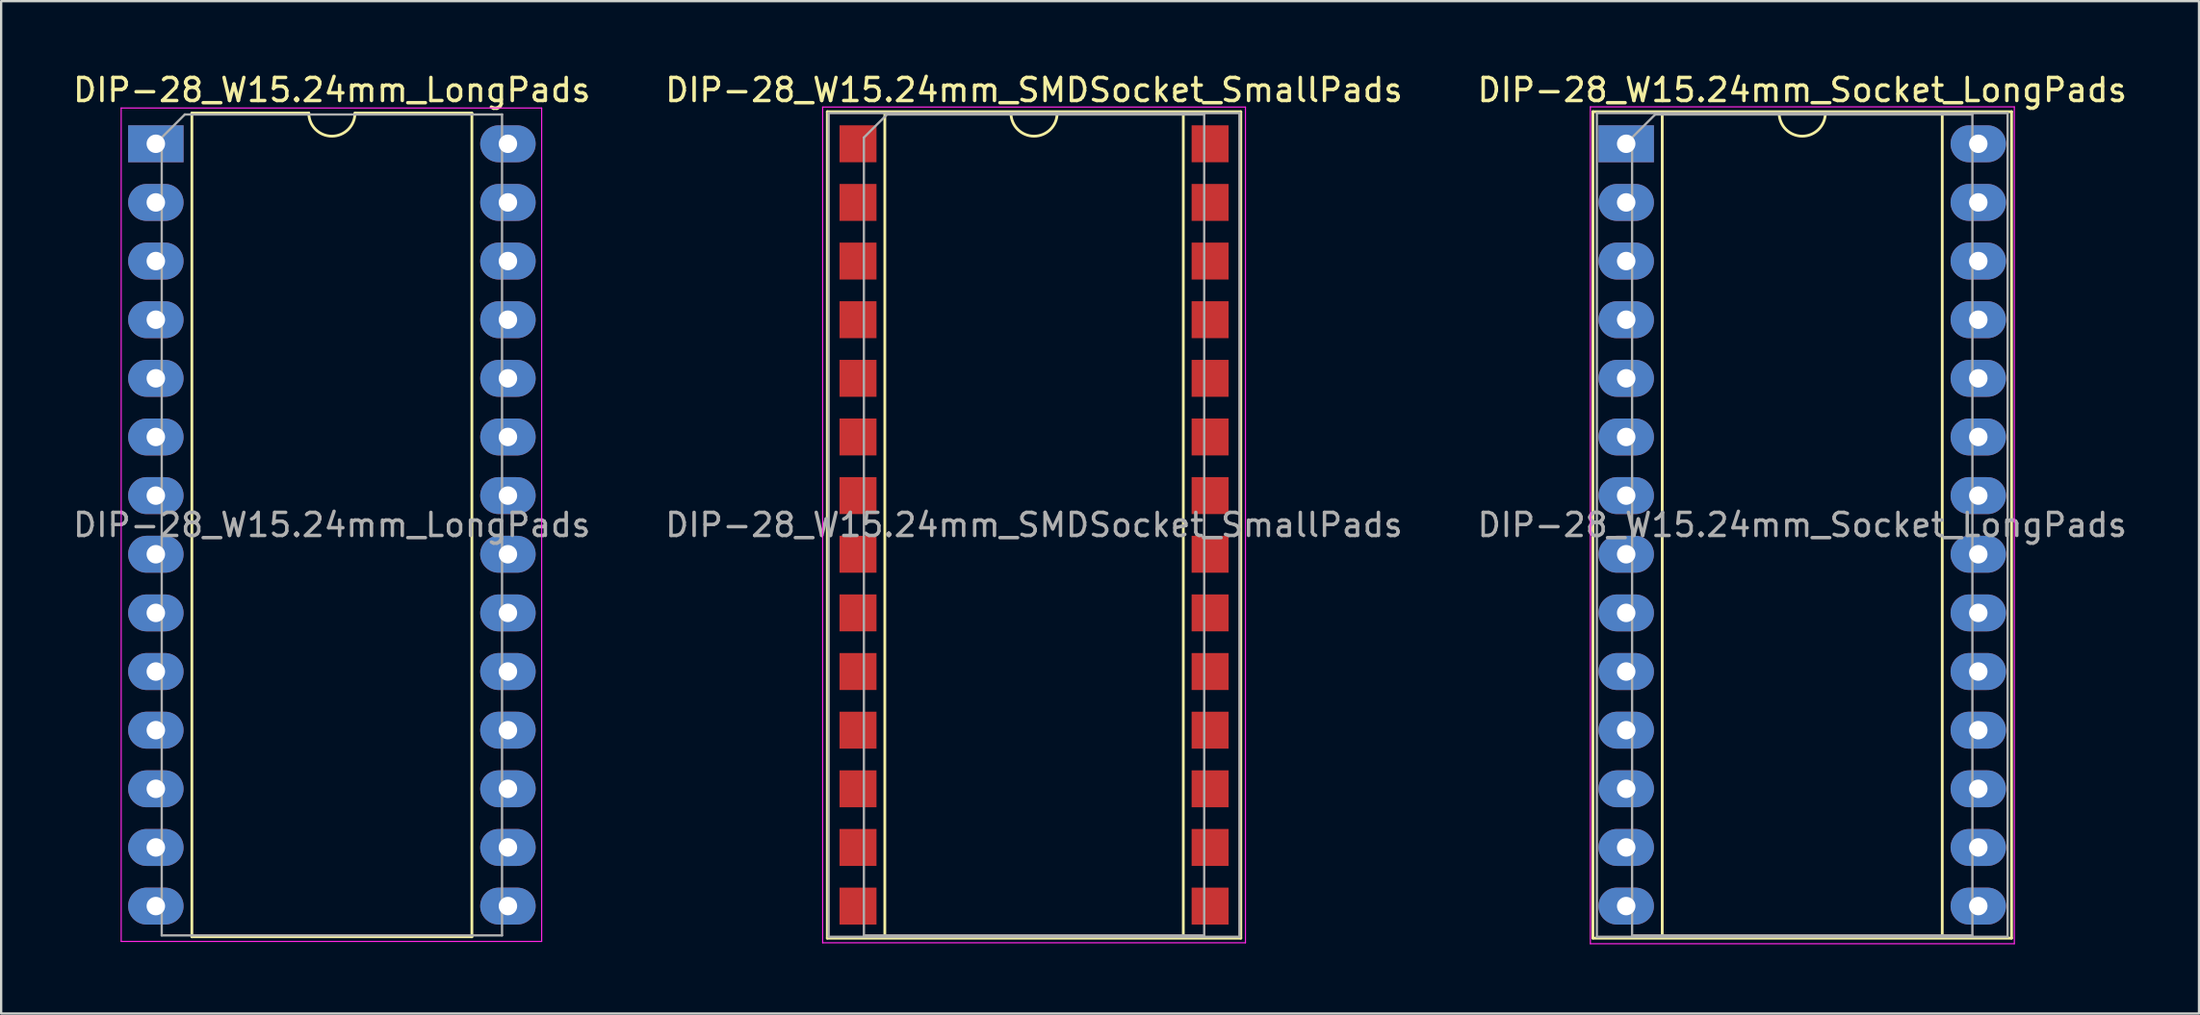
<source format=kicad_pcb>
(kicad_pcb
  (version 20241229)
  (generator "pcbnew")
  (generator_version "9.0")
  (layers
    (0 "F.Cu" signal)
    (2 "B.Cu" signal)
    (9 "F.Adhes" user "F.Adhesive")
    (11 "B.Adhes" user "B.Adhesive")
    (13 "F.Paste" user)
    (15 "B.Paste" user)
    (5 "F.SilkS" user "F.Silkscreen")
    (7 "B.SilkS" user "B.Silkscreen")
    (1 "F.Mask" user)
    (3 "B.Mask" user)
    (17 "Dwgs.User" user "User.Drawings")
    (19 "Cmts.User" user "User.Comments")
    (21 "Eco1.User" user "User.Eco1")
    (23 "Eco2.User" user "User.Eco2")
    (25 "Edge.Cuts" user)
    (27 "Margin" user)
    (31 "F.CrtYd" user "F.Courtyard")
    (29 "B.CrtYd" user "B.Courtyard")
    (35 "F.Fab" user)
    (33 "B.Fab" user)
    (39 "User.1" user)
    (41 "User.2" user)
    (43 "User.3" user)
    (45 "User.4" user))
  (footprint "DIP-28_W15.24mm_Socket_LongPads"
    (layer "F.Cu")
    (at 67.338 3.178)
    (property "Reference" "DIP-28_W15.24mm_Socket_LongPads" (at 7.62 -2.33 0) (layer "F.SilkS") (effects (font (size 1 1) (thickness 0.15))))
    (attr through_hole)
    (fp_line (start -1.44 -1.39) (end -1.44 34.41) (stroke (width 0.12) (type solid)) (layer "F.SilkS"))
    (fp_line (start -1.44 34.41) (end 16.68 34.41) (stroke (width 0.12) (type solid)) (layer "F.SilkS"))
    (fp_line (start 1.56 -1.33) (end 1.56 34.35) (stroke (width 0.12) (type solid)) (layer "F.SilkS"))
    (fp_line (start 1.56 34.35) (end 13.68 34.35) (stroke (width 0.12) (type solid)) (layer "F.SilkS"))
    (fp_line (start 6.62 -1.33) (end 1.56 -1.33) (stroke (width 0.12) (type solid)) (layer "F.SilkS"))
    (fp_line (start 13.68 -1.33) (end 8.62 -1.33) (stroke (width 0.12) (type solid)) (layer "F.SilkS"))
    (fp_line (start 13.68 34.35) (end 13.68 -1.33) (stroke (width 0.12) (type solid)) (layer "F.SilkS"))
    (fp_line (start 16.68 -1.39) (end -1.44 -1.39) (stroke (width 0.12) (type solid)) (layer "F.SilkS"))
    (fp_line (start 16.68 34.41) (end 16.68 -1.39) (stroke (width 0.12) (type solid)) (layer "F.SilkS"))
    (fp_arc (start 8.62 -1.33) (mid 7.62 -0.33) (end 6.62 -1.33) (stroke (width 0.12) (type solid)) (layer "F.SilkS"))
    (fp_line (start -1.55 -1.6) (end -1.55 34.65) (stroke (width 0.05) (type solid)) (layer "F.CrtYd"))
    (fp_line (start -1.55 34.65) (end 16.8 34.65) (stroke (width 0.05) (type solid)) (layer "F.CrtYd"))
    (fp_line (start 16.8 -1.6) (end -1.55 -1.6) (stroke (width 0.05) (type solid)) (layer "F.CrtYd"))
    (fp_line (start 16.8 34.65) (end 16.8 -1.6) (stroke (width 0.05) (type solid)) (layer "F.CrtYd"))
    (fp_line (start -1.27 -1.33) (end -1.27 34.35) (stroke (width 0.1) (type solid)) (layer "F.Fab"))
    (fp_line (start -1.27 34.35) (end 16.51 34.35) (stroke (width 0.1) (type solid)) (layer "F.Fab"))
    (fp_line (start 0.255 -0.27) (end 1.255 -1.27) (stroke (width 0.1) (type solid)) (layer "F.Fab"))
    (fp_line (start 0.255 34.29) (end 0.255 -0.27) (stroke (width 0.1) (type solid)) (layer "F.Fab"))
    (fp_line (start 1.255 -1.27) (end 14.985 -1.27) (stroke (width 0.1) (type solid)) (layer "F.Fab"))
    (fp_line (start 14.985 -1.27) (end 14.985 34.29) (stroke (width 0.1) (type solid)) (layer "F.Fab"))
    (fp_line (start 14.985 34.29) (end 0.255 34.29) (stroke (width 0.1) (type solid)) (layer "F.Fab"))
    (fp_line (start 16.51 -1.33) (end -1.27 -1.33) (stroke (width 0.1) (type solid)) (layer "F.Fab"))
    (fp_line (start 16.51 34.35) (end 16.51 -1.33) (stroke (width 0.1) (type solid)) (layer "F.Fab"))
    (fp_text user "${REFERENCE}" (at 7.62 16.51 0) (layer "F.Fab") (effects (font (size 1 1) (thickness 0.15))))
    (pad "1" thru_hole rect (at 0 0) (size 2.4 1.6) (drill 0.8) (layers "*.Cu" "*.Mask"))
    (pad "2" thru_hole oval (at 0 2.54) (size 2.4 1.6) (drill 0.8) (layers "*.Cu" "*.Mask"))
    (pad "3" thru_hole oval (at 0 5.08) (size 2.4 1.6) (drill 0.8) (layers "*.Cu" "*.Mask"))
    (pad "4" thru_hole oval (at 0 7.62) (size 2.4 1.6) (drill 0.8) (layers "*.Cu" "*.Mask"))
    (pad "5" thru_hole oval (at 0 10.16) (size 2.4 1.6) (drill 0.8) (layers "*.Cu" "*.Mask"))
    (pad "6" thru_hole oval (at 0 12.7) (size 2.4 1.6) (drill 0.8) (layers "*.Cu" "*.Mask"))
    (pad "7" thru_hole oval (at 0 15.24) (size 2.4 1.6) (drill 0.8) (layers "*.Cu" "*.Mask"))
    (pad "8" thru_hole oval (at 0 17.78) (size 2.4 1.6) (drill 0.8) (layers "*.Cu" "*.Mask"))
    (pad "9" thru_hole oval (at 0 20.32) (size 2.4 1.6) (drill 0.8) (layers "*.Cu" "*.Mask"))
    (pad "10" thru_hole oval (at 0 22.86) (size 2.4 1.6) (drill 0.8) (layers "*.Cu" "*.Mask"))
    (pad "11" thru_hole oval (at 0 25.4) (size 2.4 1.6) (drill 0.8) (layers "*.Cu" "*.Mask"))
    (pad "12" thru_hole oval (at 0 27.94) (size 2.4 1.6) (drill 0.8) (layers "*.Cu" "*.Mask"))
    (pad "13" thru_hole oval (at 0 30.48) (size 2.4 1.6) (drill 0.8) (layers "*.Cu" "*.Mask"))
    (pad "14" thru_hole oval (at 0 33.02) (size 2.4 1.6) (drill 0.8) (layers "*.Cu" "*.Mask"))
    (pad "15" thru_hole oval (at 15.24 33.02) (size 2.4 1.6) (drill 0.8) (layers "*.Cu" "*.Mask"))
    (pad "16" thru_hole oval (at 15.24 30.48) (size 2.4 1.6) (drill 0.8) (layers "*.Cu" "*.Mask"))
    (pad "17" thru_hole oval (at 15.24 27.94) (size 2.4 1.6) (drill 0.8) (layers "*.Cu" "*.Mask"))
    (pad "18" thru_hole oval (at 15.24 25.4) (size 2.4 1.6) (drill 0.8) (layers "*.Cu" "*.Mask"))
    (pad "19" thru_hole oval (at 15.24 22.86) (size 2.4 1.6) (drill 0.8) (layers "*.Cu" "*.Mask"))
    (pad "20" thru_hole oval (at 15.24 20.32) (size 2.4 1.6) (drill 0.8) (layers "*.Cu" "*.Mask"))
    (pad "21" thru_hole oval (at 15.24 17.78) (size 2.4 1.6) (drill 0.8) (layers "*.Cu" "*.Mask"))
    (pad "22" thru_hole oval (at 15.24 15.24) (size 2.4 1.6) (drill 0.8) (layers "*.Cu" "*.Mask"))
    (pad "23" thru_hole oval (at 15.24 12.7) (size 2.4 1.6) (drill 0.8) (layers "*.Cu" "*.Mask"))
    (pad "24" thru_hole oval (at 15.24 10.16) (size 2.4 1.6) (drill 0.8) (layers "*.Cu" "*.Mask"))
    (pad "25" thru_hole oval (at 15.24 7.62) (size 2.4 1.6) (drill 0.8) (layers "*.Cu" "*.Mask"))
    (pad "26" thru_hole oval (at 15.24 5.08) (size 2.4 1.6) (drill 0.8) (layers "*.Cu" "*.Mask"))
    (pad "27" thru_hole oval (at 15.24 2.54) (size 2.4 1.6) (drill 0.8) (layers "*.Cu" "*.Mask"))
    (pad "28" thru_hole oval (at 15.24 0) (size 2.4 1.6) (drill 0.8) (layers "*.Cu" "*.Mask")))
  (footprint "DIP-28_W15.24mm_SMDSocket_SmallPads"
    (layer "F.Cu")
    (at 41.708 19.688)
    (property "Reference" "DIP-28_W15.24mm_SMDSocket_SmallPads" (at 0 -18.84 0) (layer "F.SilkS") (effects (font (size 1 1) (thickness 0.15))))
    (attr smd)
    (fp_line (start -8.95 -17.9) (end -8.95 17.9) (stroke (width 0.12) (type solid)) (layer "F.SilkS"))
    (fp_line (start -8.95 17.9) (end 8.95 17.9) (stroke (width 0.12) (type solid)) (layer "F.SilkS"))
    (fp_line (start -6.46 -17.84) (end -6.46 17.84) (stroke (width 0.12) (type solid)) (layer "F.SilkS"))
    (fp_line (start -6.46 17.84) (end 6.46 17.84) (stroke (width 0.12) (type solid)) (layer "F.SilkS"))
    (fp_line (start -1 -17.84) (end -6.46 -17.84) (stroke (width 0.12) (type solid)) (layer "F.SilkS"))
    (fp_line (start 6.46 -17.84) (end 1 -17.84) (stroke (width 0.12) (type solid)) (layer "F.SilkS"))
    (fp_line (start 6.46 17.84) (end 6.46 -17.84) (stroke (width 0.12) (type solid)) (layer "F.SilkS"))
    (fp_line (start 8.95 -17.9) (end -8.95 -17.9) (stroke (width 0.12) (type solid)) (layer "F.SilkS"))
    (fp_line (start 8.95 17.9) (end 8.95 -17.9) (stroke (width 0.12) (type solid)) (layer "F.SilkS"))
    (fp_arc (start 1 -17.84) (mid 0 -16.84) (end -1 -17.84) (stroke (width 0.12) (type solid)) (layer "F.SilkS"))
    (fp_line (start -9.15 -18.1) (end -9.15 18.1) (stroke (width 0.05) (type solid)) (layer "F.CrtYd"))
    (fp_line (start -9.15 18.1) (end 9.15 18.1) (stroke (width 0.05) (type solid)) (layer "F.CrtYd"))
    (fp_line (start 9.15 -18.1) (end -9.15 -18.1) (stroke (width 0.05) (type solid)) (layer "F.CrtYd"))
    (fp_line (start 9.15 18.1) (end 9.15 -18.1) (stroke (width 0.05) (type solid)) (layer "F.CrtYd"))
    (fp_line (start -8.89 -17.84) (end -8.89 17.84) (stroke (width 0.1) (type solid)) (layer "F.Fab"))
    (fp_line (start -8.89 17.84) (end 8.89 17.84) (stroke (width 0.1) (type solid)) (layer "F.Fab"))
    (fp_line (start -7.365 -16.78) (end -6.365 -17.78) (stroke (width 0.1) (type solid)) (layer "F.Fab"))
    (fp_line (start -7.365 17.78) (end -7.365 -16.78) (stroke (width 0.1) (type solid)) (layer "F.Fab"))
    (fp_line (start -6.365 -17.78) (end 7.365 -17.78) (stroke (width 0.1) (type solid)) (layer "F.Fab"))
    (fp_line (start 7.365 -17.78) (end 7.365 17.78) (stroke (width 0.1) (type solid)) (layer "F.Fab"))
    (fp_line (start 7.365 17.78) (end -7.365 17.78) (stroke (width 0.1) (type solid)) (layer "F.Fab"))
    (fp_line (start 8.89 -17.84) (end -8.89 -17.84) (stroke (width 0.1) (type solid)) (layer "F.Fab"))
    (fp_line (start 8.89 17.84) (end 8.89 -17.84) (stroke (width 0.1) (type solid)) (layer "F.Fab"))
    (fp_text user "${REFERENCE}" (at 0 0 0) (layer "F.Fab") (effects (font (size 1 1) (thickness 0.15))))
    (pad "1" smd rect (at -7.62 -16.51) (size 1.6 1.6) (layers "F.Cu" "F.Mask" "F.Paste"))
    (pad "2" smd rect (at -7.62 -13.97) (size 1.6 1.6) (layers "F.Cu" "F.Mask" "F.Paste"))
    (pad "3" smd rect (at -7.62 -11.43) (size 1.6 1.6) (layers "F.Cu" "F.Mask" "F.Paste"))
    (pad "4" smd rect (at -7.62 -8.89) (size 1.6 1.6) (layers "F.Cu" "F.Mask" "F.Paste"))
    (pad "5" smd rect (at -7.62 -6.35) (size 1.6 1.6) (layers "F.Cu" "F.Mask" "F.Paste"))
    (pad "6" smd rect (at -7.62 -3.81) (size 1.6 1.6) (layers "F.Cu" "F.Mask" "F.Paste"))
    (pad "7" smd rect (at -7.62 -1.27) (size 1.6 1.6) (layers "F.Cu" "F.Mask" "F.Paste"))
    (pad "8" smd rect (at -7.62 1.27) (size 1.6 1.6) (layers "F.Cu" "F.Mask" "F.Paste"))
    (pad "9" smd rect (at -7.62 3.81) (size 1.6 1.6) (layers "F.Cu" "F.Mask" "F.Paste"))
    (pad "10" smd rect (at -7.62 6.35) (size 1.6 1.6) (layers "F.Cu" "F.Mask" "F.Paste"))
    (pad "11" smd rect (at -7.62 8.89) (size 1.6 1.6) (layers "F.Cu" "F.Mask" "F.Paste"))
    (pad "12" smd rect (at -7.62 11.43) (size 1.6 1.6) (layers "F.Cu" "F.Mask" "F.Paste"))
    (pad "13" smd rect (at -7.62 13.97) (size 1.6 1.6) (layers "F.Cu" "F.Mask" "F.Paste"))
    (pad "14" smd rect (at -7.62 16.51) (size 1.6 1.6) (layers "F.Cu" "F.Mask" "F.Paste"))
    (pad "15" smd rect (at 7.62 16.51) (size 1.6 1.6) (layers "F.Cu" "F.Mask" "F.Paste"))
    (pad "16" smd rect (at 7.62 13.97) (size 1.6 1.6) (layers "F.Cu" "F.Mask" "F.Paste"))
    (pad "17" smd rect (at 7.62 11.43) (size 1.6 1.6) (layers "F.Cu" "F.Mask" "F.Paste"))
    (pad "18" smd rect (at 7.62 8.89) (size 1.6 1.6) (layers "F.Cu" "F.Mask" "F.Paste"))
    (pad "19" smd rect (at 7.62 6.35) (size 1.6 1.6) (layers "F.Cu" "F.Mask" "F.Paste"))
    (pad "20" smd rect (at 7.62 3.81) (size 1.6 1.6) (layers "F.Cu" "F.Mask" "F.Paste"))
    (pad "21" smd rect (at 7.62 1.27) (size 1.6 1.6) (layers "F.Cu" "F.Mask" "F.Paste"))
    (pad "22" smd rect (at 7.62 -1.27) (size 1.6 1.6) (layers "F.Cu" "F.Mask" "F.Paste"))
    (pad "23" smd rect (at 7.62 -3.81) (size 1.6 1.6) (layers "F.Cu" "F.Mask" "F.Paste"))
    (pad "24" smd rect (at 7.62 -6.35) (size 1.6 1.6) (layers "F.Cu" "F.Mask" "F.Paste"))
    (pad "25" smd rect (at 7.62 -8.89) (size 1.6 1.6) (layers "F.Cu" "F.Mask" "F.Paste"))
    (pad "26" smd rect (at 7.62 -11.43) (size 1.6 1.6) (layers "F.Cu" "F.Mask" "F.Paste"))
    (pad "27" smd rect (at 7.62 -13.97) (size 1.6 1.6) (layers "F.Cu" "F.Mask" "F.Paste"))
    (pad "28" smd rect (at 7.62 -16.51) (size 1.6 1.6) (layers "F.Cu" "F.Mask" "F.Paste")))
  (footprint "DIP-28_W15.24mm_LongPads"
    (layer "F.Cu")
    (at 3.695 3.178)
    (property "Reference" "DIP-28_W15.24mm_LongPads" (at 7.62 -2.33 0) (layer "F.SilkS") (effects (font (size 1 1) (thickness 0.15))))
    (attr through_hole)
    (fp_line (start 1.56 -1.33) (end 1.56 34.35) (stroke (width 0.12) (type solid)) (layer "F.SilkS"))
    (fp_line (start 1.56 34.35) (end 13.68 34.35) (stroke (width 0.12) (type solid)) (layer "F.SilkS"))
    (fp_line (start 6.62 -1.33) (end 1.56 -1.33) (stroke (width 0.12) (type solid)) (layer "F.SilkS"))
    (fp_line (start 13.68 -1.33) (end 8.62 -1.33) (stroke (width 0.12) (type solid)) (layer "F.SilkS"))
    (fp_line (start 13.68 34.35) (end 13.68 -1.33) (stroke (width 0.12) (type solid)) (layer "F.SilkS"))
    (fp_arc (start 8.62 -1.33) (mid 7.62 -0.33) (end 6.62 -1.33) (stroke (width 0.12) (type solid)) (layer "F.SilkS"))
    (fp_line (start -1.5 -1.55) (end -1.5 34.55) (stroke (width 0.05) (type solid)) (layer "F.CrtYd"))
    (fp_line (start -1.5 34.55) (end 16.7 34.55) (stroke (width 0.05) (type solid)) (layer "F.CrtYd"))
    (fp_line (start 16.7 -1.55) (end -1.5 -1.55) (stroke (width 0.05) (type solid)) (layer "F.CrtYd"))
    (fp_line (start 16.7 34.55) (end 16.7 -1.55) (stroke (width 0.05) (type solid)) (layer "F.CrtYd"))
    (fp_line (start 0.255 -0.27) (end 1.255 -1.27) (stroke (width 0.1) (type solid)) (layer "F.Fab"))
    (fp_line (start 0.255 34.29) (end 0.255 -0.27) (stroke (width 0.1) (type solid)) (layer "F.Fab"))
    (fp_line (start 1.255 -1.27) (end 14.985 -1.27) (stroke (width 0.1) (type solid)) (layer "F.Fab"))
    (fp_line (start 14.985 -1.27) (end 14.985 34.29) (stroke (width 0.1) (type solid)) (layer "F.Fab"))
    (fp_line (start 14.985 34.29) (end 0.255 34.29) (stroke (width 0.1) (type solid)) (layer "F.Fab"))
    (fp_text user "${REFERENCE}" (at 7.62 16.51 0) (layer "F.Fab") (effects (font (size 1 1) (thickness 0.15))))
    (pad "1" thru_hole rect (at 0 0) (size 2.4 1.6) (drill 0.8) (layers "*.Cu" "*.Mask"))
    (pad "2" thru_hole oval (at 0 2.54) (size 2.4 1.6) (drill 0.8) (layers "*.Cu" "*.Mask"))
    (pad "3" thru_hole oval (at 0 5.08) (size 2.4 1.6) (drill 0.8) (layers "*.Cu" "*.Mask"))
    (pad "4" thru_hole oval (at 0 7.62) (size 2.4 1.6) (drill 0.8) (layers "*.Cu" "*.Mask"))
    (pad "5" thru_hole oval (at 0 10.16) (size 2.4 1.6) (drill 0.8) (layers "*.Cu" "*.Mask"))
    (pad "6" thru_hole oval (at 0 12.7) (size 2.4 1.6) (drill 0.8) (layers "*.Cu" "*.Mask"))
    (pad "7" thru_hole oval (at 0 15.24) (size 2.4 1.6) (drill 0.8) (layers "*.Cu" "*.Mask"))
    (pad "8" thru_hole oval (at 0 17.78) (size 2.4 1.6) (drill 0.8) (layers "*.Cu" "*.Mask"))
    (pad "9" thru_hole oval (at 0 20.32) (size 2.4 1.6) (drill 0.8) (layers "*.Cu" "*.Mask"))
    (pad "10" thru_hole oval (at 0 22.86) (size 2.4 1.6) (drill 0.8) (layers "*.Cu" "*.Mask"))
    (pad "11" thru_hole oval (at 0 25.4) (size 2.4 1.6) (drill 0.8) (layers "*.Cu" "*.Mask"))
    (pad "12" thru_hole oval (at 0 27.94) (size 2.4 1.6) (drill 0.8) (layers "*.Cu" "*.Mask"))
    (pad "13" thru_hole oval (at 0 30.48) (size 2.4 1.6) (drill 0.8) (layers "*.Cu" "*.Mask"))
    (pad "14" thru_hole oval (at 0 33.02) (size 2.4 1.6) (drill 0.8) (layers "*.Cu" "*.Mask"))
    (pad "15" thru_hole oval (at 15.24 33.02) (size 2.4 1.6) (drill 0.8) (layers "*.Cu" "*.Mask"))
    (pad "16" thru_hole oval (at 15.24 30.48) (size 2.4 1.6) (drill 0.8) (layers "*.Cu" "*.Mask"))
    (pad "17" thru_hole oval (at 15.24 27.94) (size 2.4 1.6) (drill 0.8) (layers "*.Cu" "*.Mask"))
    (pad "18" thru_hole oval (at 15.24 25.4) (size 2.4 1.6) (drill 0.8) (layers "*.Cu" "*.Mask"))
    (pad "19" thru_hole oval (at 15.24 22.86) (size 2.4 1.6) (drill 0.8) (layers "*.Cu" "*.Mask"))
    (pad "20" thru_hole oval (at 15.24 20.32) (size 2.4 1.6) (drill 0.8) (layers "*.Cu" "*.Mask"))
    (pad "21" thru_hole oval (at 15.24 17.78) (size 2.4 1.6) (drill 0.8) (layers "*.Cu" "*.Mask"))
    (pad "22" thru_hole oval (at 15.24 15.24) (size 2.4 1.6) (drill 0.8) (layers "*.Cu" "*.Mask"))
    (pad "23" thru_hole oval (at 15.24 12.7) (size 2.4 1.6) (drill 0.8) (layers "*.Cu" "*.Mask"))
    (pad "24" thru_hole oval (at 15.24 10.16) (size 2.4 1.6) (drill 0.8) (layers "*.Cu" "*.Mask"))
    (pad "25" thru_hole oval (at 15.24 7.62) (size 2.4 1.6) (drill 0.8) (layers "*.Cu" "*.Mask"))
    (pad "26" thru_hole oval (at 15.24 5.08) (size 2.4 1.6) (drill 0.8) (layers "*.Cu" "*.Mask"))
    (pad "27" thru_hole oval (at 15.24 2.54) (size 2.4 1.6) (drill 0.8) (layers "*.Cu" "*.Mask"))
    (pad "28" thru_hole oval (at 15.24 0) (size 2.4 1.6) (drill 0.8) (layers "*.Cu" "*.Mask")))
  (gr_rect
    (start -3 -3)
    (end 92.131 40.853)
    (stroke (width 0.1) (type default))
    (fill no)
    (layer "Edge.Cuts")))
</source>
